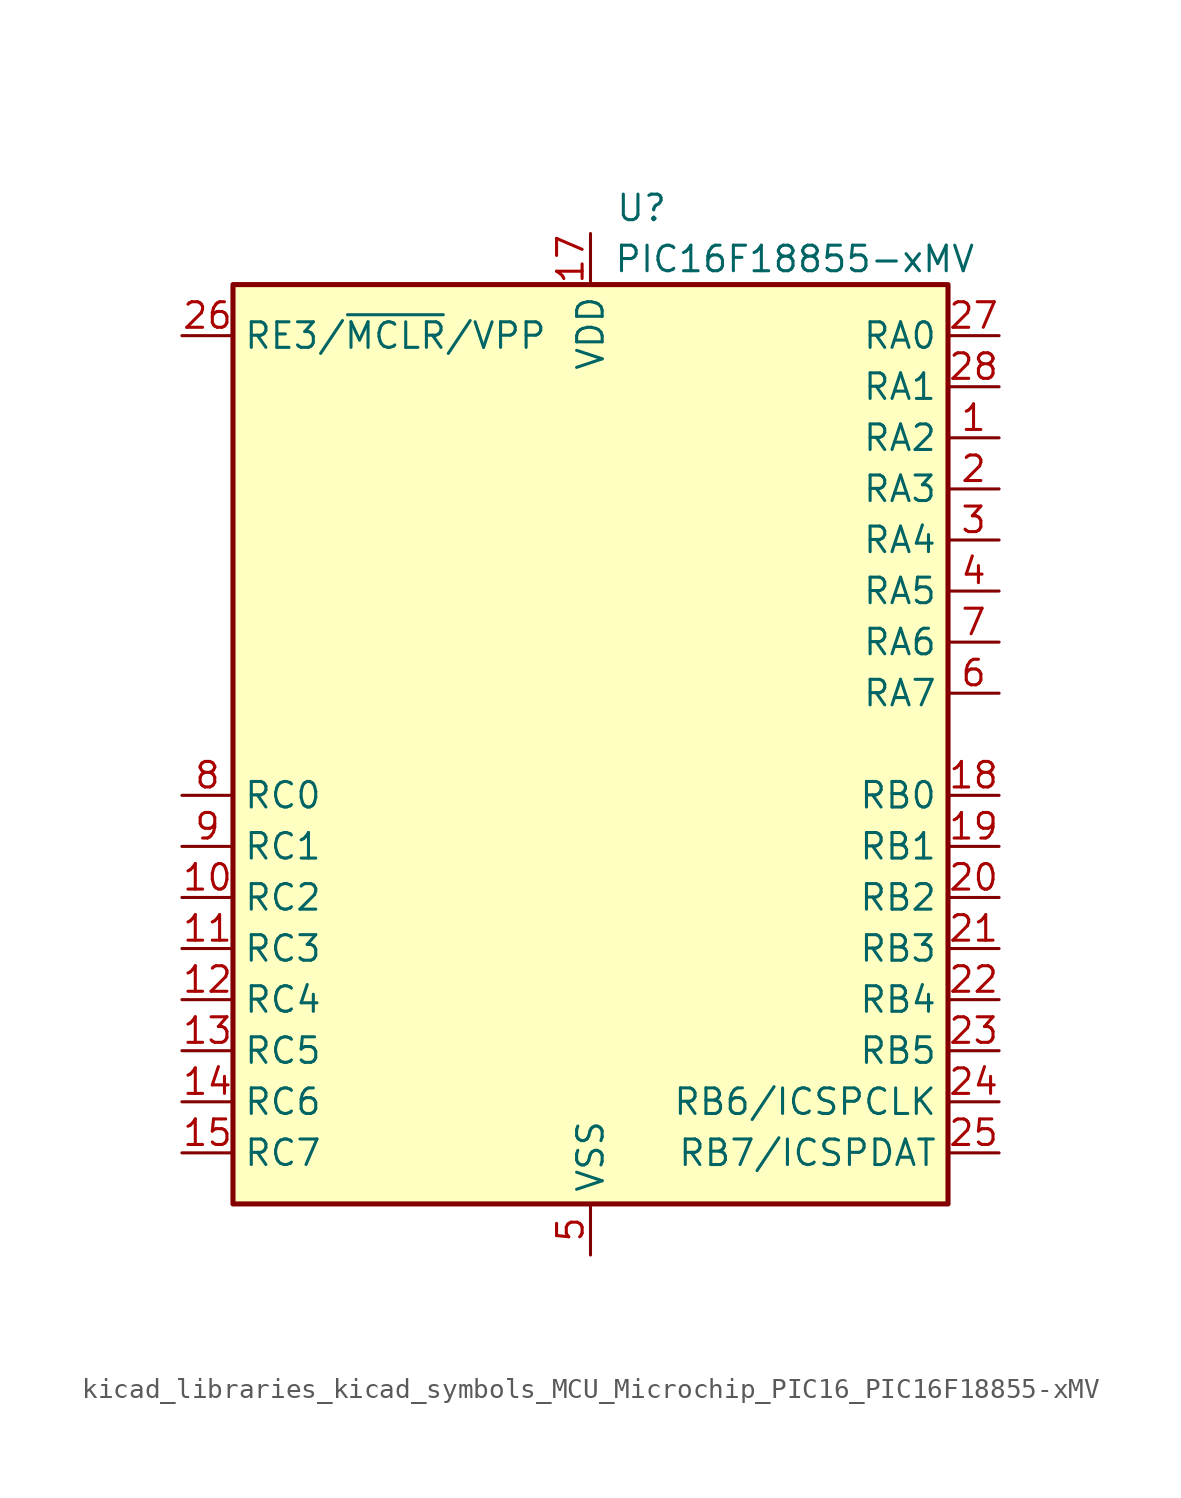
<source format=kicad_sym>
(kicad_symbol_lib
  (version 20220914)
  (generator kicad_symbol_editor)
  (symbol "kicad_libraries_kicad_symbols_MCU_Microchip_PIC16_PIC16F18855-xMV"
    (property "Reference" "U"
      (at 2.54 26.67 0)
      (effects (font (size 1.27 1.27))))
    (property "Value" "PIC16F18855-xMV"
      (at 10.16 24.13 0)
      (effects (font (size 1.27 1.27))))
    (symbol "kicad_libraries_kicad_symbols_MCU_Microchip_PIC16_PIC16F18855-xMV_0_0"
      (pin passive line (at 0 -25.4 90) (length 2.54) hide (name "VSS" (effects (font (size 1.27 1.27)))) (number "29" (effects (font (size 1.27 1.27))))))
    (symbol "kicad_libraries_kicad_symbols_MCU_Microchip_PIC16_PIC16F18855-xMV_0_1"
      (rectangle (start -17.78 22.86) (end 17.78 -22.86) (stroke (width 0.254) (type default)) (fill (type background))))
    (symbol "kicad_libraries_kicad_symbols_MCU_Microchip_PIC16_PIC16F18855-xMV_1_1"
      (pin bidirectional line (at 20.32 15.24 180) (length 2.54) (name "RA2" (effects (font (size 1.27 1.27)))) (number "1" (effects (font (size 1.27 1.27)))))
      (pin bidirectional line (at -20.32 -7.62 0) (length 2.54) (name "RC2" (effects (font (size 1.27 1.27)))) (number "10" (effects (font (size 1.27 1.27)))))
      (pin bidirectional line (at -20.32 -10.16 0) (length 2.54) (name "RC3" (effects (font (size 1.27 1.27)))) (number "11" (effects (font (size 1.27 1.27)))))
      (pin bidirectional line (at -20.32 -12.7 0) (length 2.54) (name "RC4" (effects (font (size 1.27 1.27)))) (number "12" (effects (font (size 1.27 1.27)))))
      (pin bidirectional line (at -20.32 -15.24 0) (length 2.54) (name "RC5" (effects (font (size 1.27 1.27)))) (number "13" (effects (font (size 1.27 1.27)))))
      (pin bidirectional line (at -20.32 -17.78 0) (length 2.54) (name "RC6" (effects (font (size 1.27 1.27)))) (number "14" (effects (font (size 1.27 1.27)))))
      (pin bidirectional line (at -20.32 -20.32 0) (length 2.54) (name "RC7" (effects (font (size 1.27 1.27)))) (number "15" (effects (font (size 1.27 1.27)))))
      (pin passive line (at 0 -25.4 90) (length 2.54) hide (name "VSS" (effects (font (size 1.27 1.27)))) (number "16" (effects (font (size 1.27 1.27)))))
      (pin power_in line (at 0 25.4 270) (length 2.54) (name "VDD" (effects (font (size 1.27 1.27)))) (number "17" (effects (font (size 1.27 1.27)))))
      (pin bidirectional line (at 20.32 -2.54 180) (length 2.54) (name "RB0" (effects (font (size 1.27 1.27)))) (number "18" (effects (font (size 1.27 1.27)))))
      (pin bidirectional line (at 20.32 -5.08 180) (length 2.54) (name "RB1" (effects (font (size 1.27 1.27)))) (number "19" (effects (font (size 1.27 1.27)))))
      (pin bidirectional line (at 20.32 12.7 180) (length 2.54) (name "RA3" (effects (font (size 1.27 1.27)))) (number "2" (effects (font (size 1.27 1.27)))))
      (pin bidirectional line (at 20.32 -7.62 180) (length 2.54) (name "RB2" (effects (font (size 1.27 1.27)))) (number "20" (effects (font (size 1.27 1.27)))))
      (pin bidirectional line (at 20.32 -10.16 180) (length 2.54) (name "RB3" (effects (font (size 1.27 1.27)))) (number "21" (effects (font (size 1.27 1.27)))))
      (pin bidirectional line (at 20.32 -12.7 180) (length 2.54) (name "RB4" (effects (font (size 1.27 1.27)))) (number "22" (effects (font (size 1.27 1.27)))))
      (pin bidirectional line (at 20.32 -15.24 180) (length 2.54) (name "RB5" (effects (font (size 1.27 1.27)))) (number "23" (effects (font (size 1.27 1.27)))))
      (pin bidirectional line (at 20.32 -17.78 180) (length 2.54) (name "RB6/ICSPCLK" (effects (font (size 1.27 1.27)))) (number "24" (effects (font (size 1.27 1.27)))))
      (pin bidirectional line (at 20.32 -20.32 180) (length 2.54) (name "RB7/ICSPDAT" (effects (font (size 1.27 1.27)))) (number "25" (effects (font (size 1.27 1.27)))))
      (pin input line (at -20.32 20.32 0) (length 2.54) (name "RE3/~{MCLR}/VPP" (effects (font (size 1.27 1.27)))) (number "26" (effects (font (size 1.27 1.27)))))
      (pin bidirectional line (at 20.32 20.32 180) (length 2.54) (name "RA0" (effects (font (size 1.27 1.27)))) (number "27" (effects (font (size 1.27 1.27)))))
      (pin bidirectional line (at 20.32 17.78 180) (length 2.54) (name "RA1" (effects (font (size 1.27 1.27)))) (number "28" (effects (font (size 1.27 1.27)))))
      (pin bidirectional line (at 20.32 10.16 180) (length 2.54) (name "RA4" (effects (font (size 1.27 1.27)))) (number "3" (effects (font (size 1.27 1.27)))))
      (pin bidirectional line (at 20.32 7.62 180) (length 2.54) (name "RA5" (effects (font (size 1.27 1.27)))) (number "4" (effects (font (size 1.27 1.27)))))
      (pin power_in line (at 0 -25.4 90) (length 2.54) (name "VSS" (effects (font (size 1.27 1.27)))) (number "5" (effects (font (size 1.27 1.27)))))
      (pin bidirectional line (at 20.32 2.54 180) (length 2.54) (name "RA7" (effects (font (size 1.27 1.27)))) (number "6" (effects (font (size 1.27 1.27)))))
      (pin bidirectional line (at 20.32 5.08 180) (length 2.54) (name "RA6" (effects (font (size 1.27 1.27)))) (number "7" (effects (font (size 1.27 1.27)))))
      (pin bidirectional line (at -20.32 -2.54 0) (length 2.54) (name "RC0" (effects (font (size 1.27 1.27)))) (number "8" (effects (font (size 1.27 1.27)))))
      (pin bidirectional line (at -20.32 -5.08 0) (length 2.54) (name "RC1" (effects (font (size 1.27 1.27)))) (number "9" (effects (font (size 1.27 1.27))))))))
</source>
